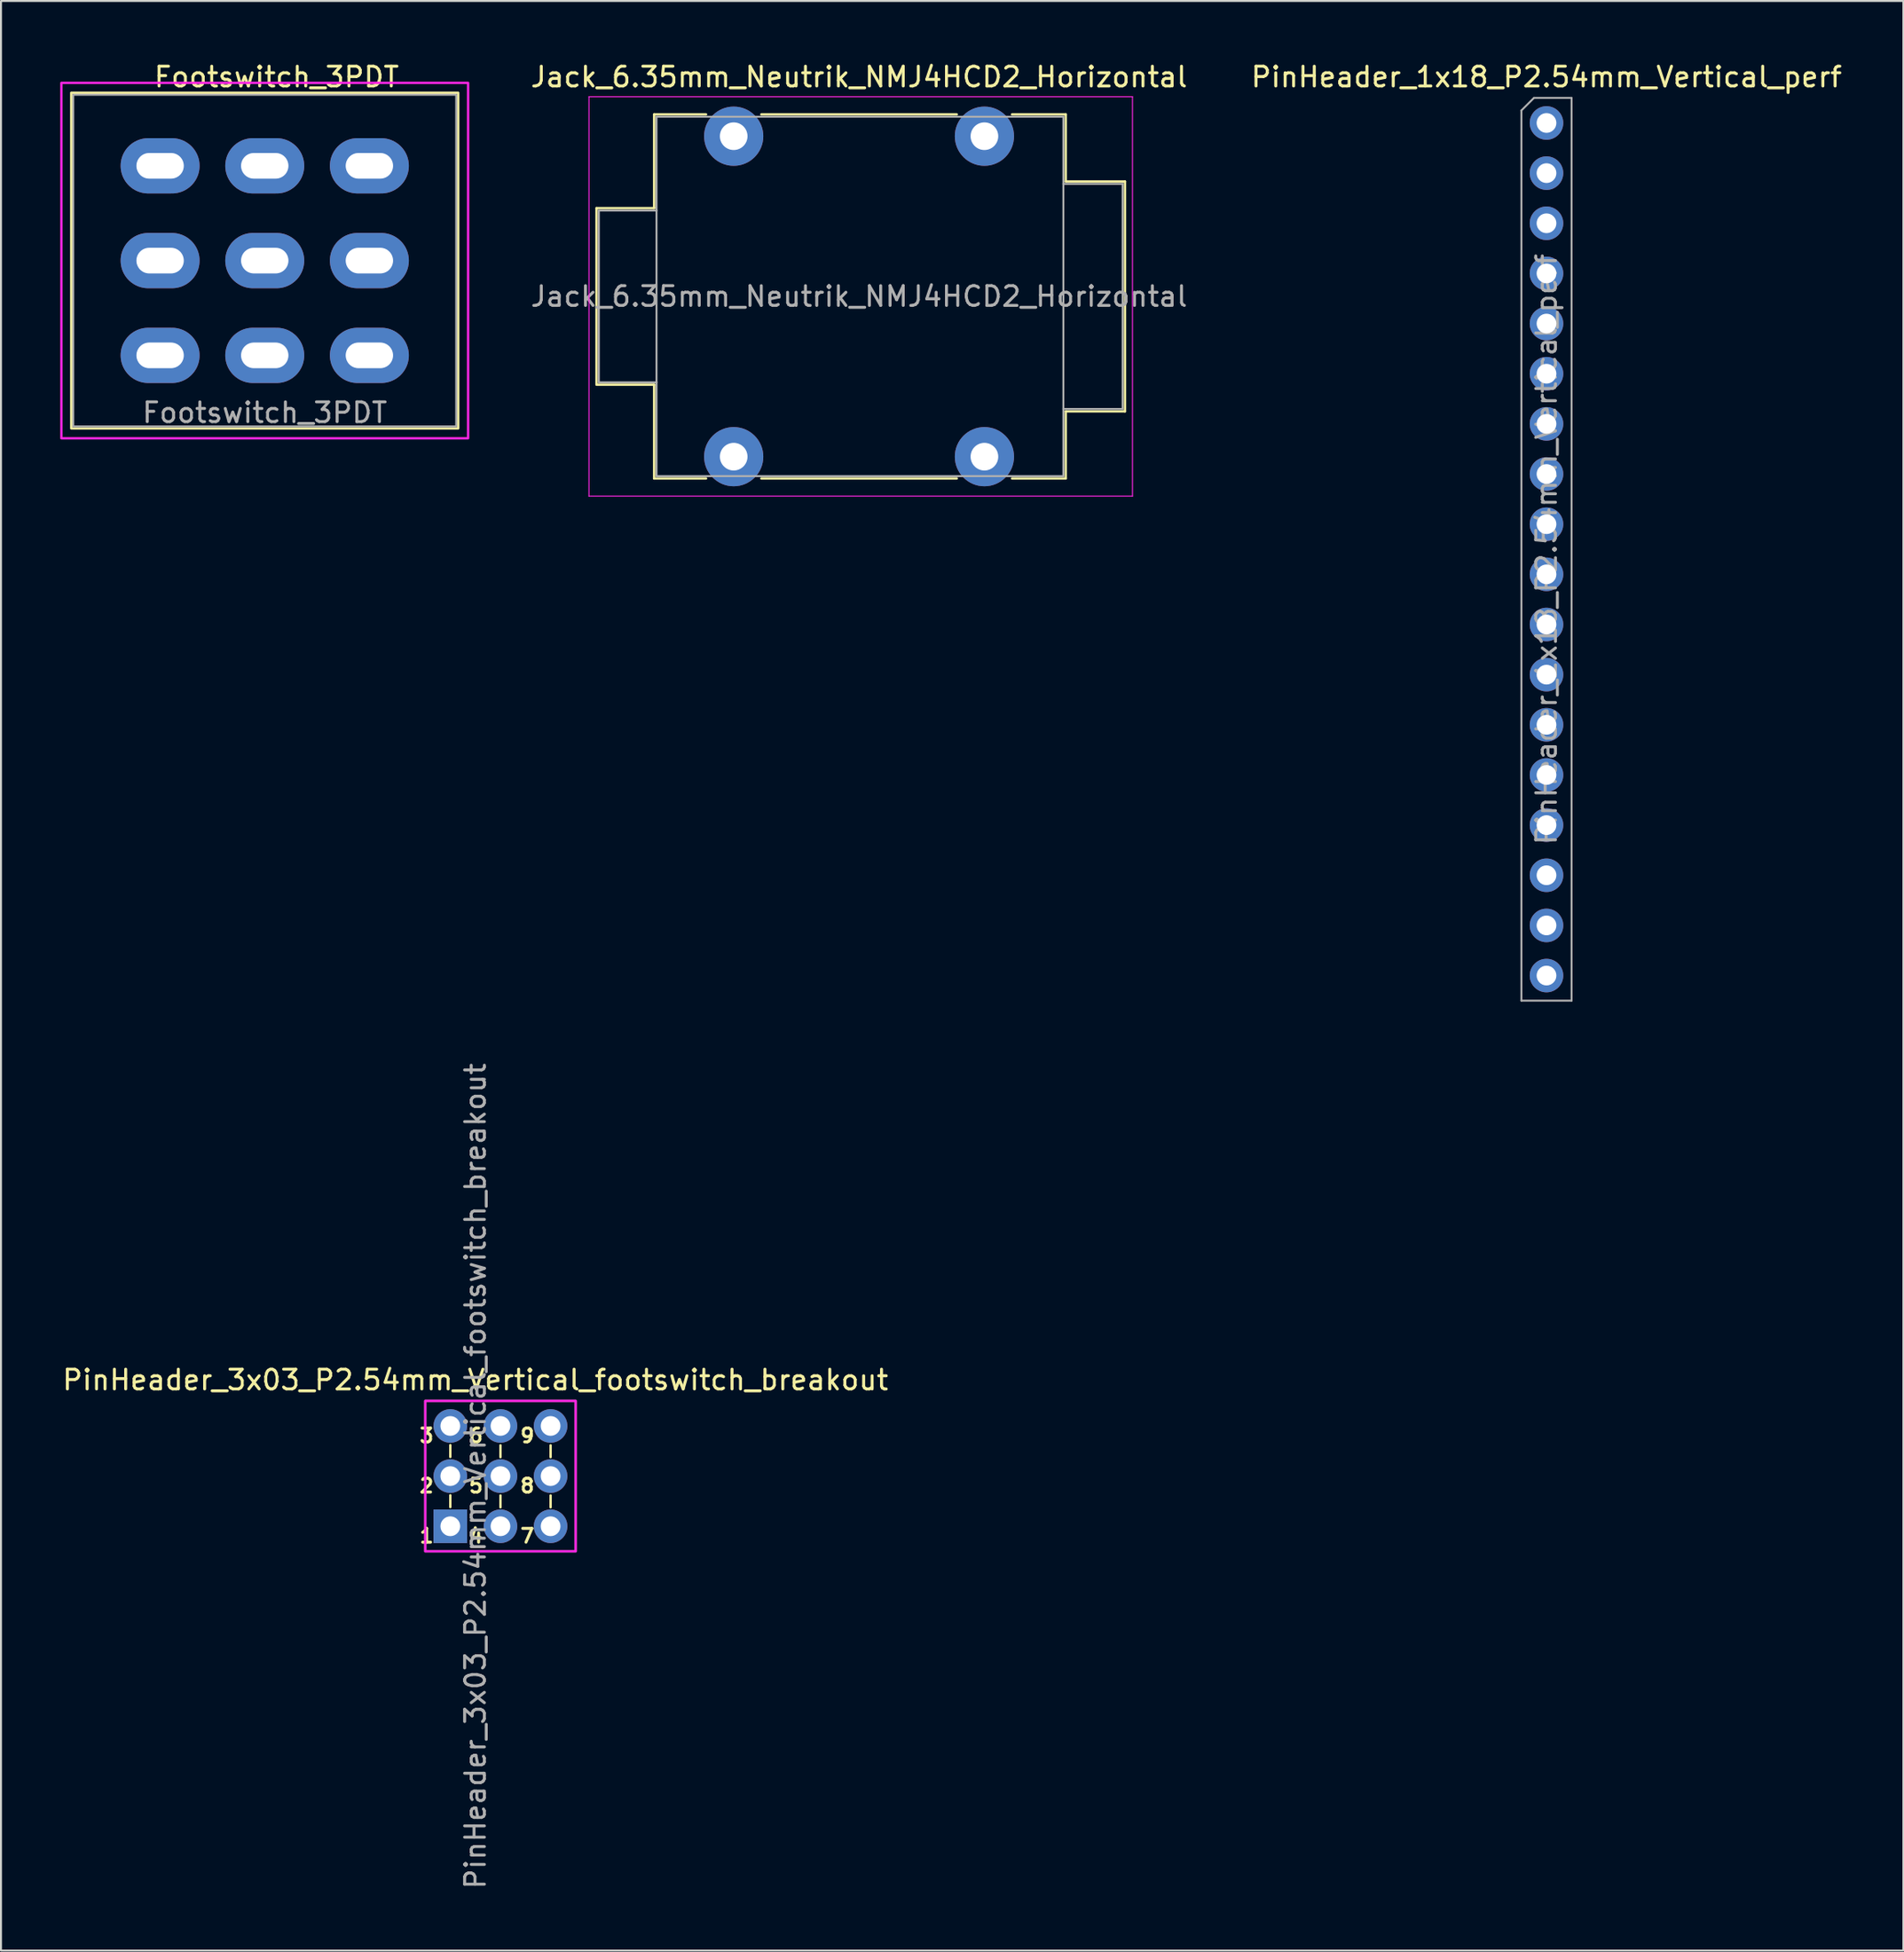
<source format=kicad_pcb>
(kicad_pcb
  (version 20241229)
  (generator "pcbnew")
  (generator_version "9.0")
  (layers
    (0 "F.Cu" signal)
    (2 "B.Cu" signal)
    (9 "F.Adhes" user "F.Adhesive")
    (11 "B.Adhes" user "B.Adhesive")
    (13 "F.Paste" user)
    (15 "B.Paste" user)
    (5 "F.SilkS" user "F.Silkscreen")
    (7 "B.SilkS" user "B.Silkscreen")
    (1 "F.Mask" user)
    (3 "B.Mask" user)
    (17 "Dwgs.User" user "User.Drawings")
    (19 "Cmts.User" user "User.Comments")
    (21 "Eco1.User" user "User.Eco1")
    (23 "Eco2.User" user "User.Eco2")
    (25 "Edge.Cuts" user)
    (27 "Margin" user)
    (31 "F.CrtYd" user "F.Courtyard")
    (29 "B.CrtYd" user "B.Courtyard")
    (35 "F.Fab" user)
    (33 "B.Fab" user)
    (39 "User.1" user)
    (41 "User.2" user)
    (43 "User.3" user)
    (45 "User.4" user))
  (footprint "PinHeader_3x03_P2.54mm_Vertical_footswitch_breakout"
    (layer "F.Cu")
    (at 19.76 69.168)
    (property "Reference" "PinHeader_3x03_P2.54mm_Vertical_footswitch_breakout" (at 1.27 -2.33 0) (layer "F.SilkS") (effects (font (size 1 1) (thickness 0.15))))
    (attr through_hole)
    (fp_line (start 0 1.57) (end 0 0.97) (stroke (width 0.12) (type default)) (layer "F.SilkS"))
    (fp_line (start 0 4.11) (end 0 3.51) (stroke (width 0.12) (type default)) (layer "F.SilkS"))
    (fp_line (start 2.54 1.58) (end 2.54 0.98) (stroke (width 0.12) (type default)) (layer "F.SilkS"))
    (fp_line (start 2.54 4.12) (end 2.54 3.52) (stroke (width 0.12) (type default)) (layer "F.SilkS"))
    (fp_line (start 5.08 1.58) (end 5.08 0.98) (stroke (width 0.12) (type default)) (layer "F.SilkS"))
    (fp_line (start 5.08 4.12) (end 5.08 3.52) (stroke (width 0.12) (type default)) (layer "F.SilkS"))
    (fp_rect (start -1.27 -1.27) (end 6.35 6.35) (stroke (width 0.12) (type default)) (fill no) (layer "F.CrtYd"))
    (fp_line (start -1.27 -1.27) (end 6.35 -1.27) (stroke (width 0.1) (type solid)) (layer "F.Fab"))
    (fp_line (start -1.27 6.35) (end -1.27 -1.27) (stroke (width 0.1) (type solid)) (layer "F.Fab"))
    (fp_line (start 6.35 -1.27) (end 6.35 6.35) (stroke (width 0.1) (type solid)) (layer "F.Fab"))
    (fp_line (start 6.35 6.35) (end -1.27 6.35) (stroke (width 0.1) (type solid)) (layer "F.Fab"))
    (fp_text user "2" (at -1.2 3.44 0) (unlocked yes) (layer "F.SilkS") (effects (font (size 0.7 0.7) (thickness 0.15)) (justify bottom)))
    (fp_text user "1" (at -1.2 5.98 0) (unlocked yes) (layer "F.SilkS") (effects (font (size 0.7 0.7) (thickness 0.15)) (justify bottom)))
    (fp_text user "6" (at 1.3 0.9 0) (unlocked yes) (layer "F.SilkS") (effects (font (size 0.7 0.7) (thickness 0.15)) (justify bottom)))
    (fp_text user "3" (at -1.2 0.9 0) (unlocked yes) (layer "F.SilkS") (effects (font (size 0.7 0.7) (thickness 0.15)) (justify bottom)))
    (fp_text user "7" (at 3.9 5.98 0) (unlocked yes) (layer "F.SilkS") (effects (font (size 0.7 0.7) (thickness 0.15)) (justify bottom)))
    (fp_text user "4" (at 1.3 5.98 0) (unlocked yes) (layer "F.SilkS") (effects (font (size 0.7 0.7) (thickness 0.15)) (justify bottom)))
    (fp_text user "9" (at 3.9 0.9 0) (unlocked yes) (layer "F.SilkS") (effects (font (size 0.7 0.7) (thickness 0.15)) (justify bottom)))
    (fp_text user "8" (at 3.9 3.44 0) (unlocked yes) (layer "F.SilkS") (effects (font (size 0.7 0.7) (thickness 0.15)) (justify bottom)))
    (fp_text user "5" (at 1.3 3.44 0) (unlocked yes) (layer "F.SilkS") (effects (font (size 0.7 0.7) (thickness 0.15)) (justify bottom)))
    (fp_text user "${REFERENCE}" (at 1.27 2.54 90) (layer "F.Fab") (effects (font (size 1 1) (thickness 0.15))))
    (pad "1" thru_hole rect (at 0 5.08) (size 1.7 1.7) (drill 1) (layers "*.Cu" "*.Mask"))
    (pad "2" thru_hole oval (at 0 2.54) (size 1.7 1.7) (drill 1) (layers "*.Cu" "*.Mask"))
    (pad "3" thru_hole oval (at 0 0) (size 1.7 1.7) (drill 1) (layers "*.Cu" "*.Mask"))
    (pad "4" thru_hole oval (at 2.54 5.08) (size 1.7 1.7) (drill 1) (layers "*.Cu" "*.Mask"))
    (pad "5" thru_hole oval (at 2.54 2.54) (size 1.7 1.7) (drill 1) (layers "*.Cu" "*.Mask"))
    (pad "6" thru_hole oval (at 2.54 0) (size 1.7 1.7) (drill 1) (layers "*.Cu" "*.Mask"))
    (pad "7" thru_hole oval (at 5.08 5.08) (size 1.7 1.7) (drill 1) (layers "*.Cu" "*.Mask"))
    (pad "8" thru_hole oval (at 5.08 2.54) (size 1.7 1.7) (drill 1) (layers "*.Cu" "*.Mask"))
    (pad "9" thru_hole oval (at 5.08 0) (size 1.7 1.7) (drill 1) (layers "*.Cu" "*.Mask")))
  (footprint "Jack_6.35mm_Neutrik_NMJ4HCD2_Horizontal"
    (layer "F.Cu")
    (at 34.114 3.848)
    (property "Reference" "Jack_6.35mm_Neutrik_NMJ4HCD2_Horizontal" (at 6.35 -3 0) (layer "F.SilkS") (effects (font (size 1 1) (thickness 0.15))))
    (attr through_hole)
    (fp_line (start -6.95 3.645) (end -4.03 3.645) (stroke (width 0.12) (type solid)) (layer "F.SilkS"))
    (fp_line (start -6.95 12.545) (end -6.95 3.645) (stroke (width 0.12) (type solid)) (layer "F.SilkS"))
    (fp_line (start -6.95 12.585) (end -4.03 12.585) (stroke (width 0.12) (type solid)) (layer "F.SilkS"))
    (fp_line (start -4.03 -1.105) (end -1.4 -1.105) (stroke (width 0.12) (type solid)) (layer "F.SilkS"))
    (fp_line (start -4.03 3.645) (end -4.03 -1.105) (stroke (width 0.12) (type solid)) (layer "F.SilkS"))
    (fp_line (start -4.03 17.335) (end -4.03 12.585) (stroke (width 0.12) (type solid)) (layer "F.SilkS"))
    (fp_line (start -1.4 17.335) (end -4.03 17.335) (stroke (width 0.12) (type solid)) (layer "F.SilkS"))
    (fp_line (start 1.4 -1.105) (end 11.3 -1.105) (stroke (width 0.12) (type solid)) (layer "F.SilkS"))
    (fp_line (start 11.3 17.335) (end 1.4 17.335) (stroke (width 0.12) (type solid)) (layer "F.SilkS"))
    (fp_line (start 16.82 -1.105) (end 14.1 -1.105) (stroke (width 0.12) (type solid)) (layer "F.SilkS"))
    (fp_line (start 16.82 2.295) (end 16.82 -1.105) (stroke (width 0.12) (type solid)) (layer "F.SilkS"))
    (fp_line (start 16.82 2.295) (end 19.82 2.295) (stroke (width 0.12) (type solid)) (layer "F.SilkS"))
    (fp_line (start 16.82 13.935) (end 19.82 13.935) (stroke (width 0.12) (type solid)) (layer "F.SilkS"))
    (fp_line (start 16.82 17.335) (end 14.1 17.335) (stroke (width 0.12) (type solid)) (layer "F.SilkS"))
    (fp_line (start 16.82 17.335) (end 16.82 13.935) (stroke (width 0.12) (type solid)) (layer "F.SilkS"))
    (fp_line (start 19.82 13.935) (end 19.82 2.295) (stroke (width 0.12) (type solid)) (layer "F.SilkS"))
    (fp_line (start -7.33 18.23) (end -7.33 -2) (stroke (width 0.05) (type solid)) (layer "F.CrtYd"))
    (fp_line (start -7.33 18.23) (end 20.2 18.23) (stroke (width 0.05) (type solid)) (layer "F.CrtYd"))
    (fp_line (start 20.2 -2) (end -7.33 -2) (stroke (width 0.05) (type solid)) (layer "F.CrtYd"))
    (fp_line (start 20.2 18.23) (end 20.2 -2) (stroke (width 0.05) (type solid)) (layer "F.CrtYd"))
    (fp_line (start -6.83 3.765) (end -3.91 3.765) (stroke (width 0.1) (type solid)) (layer "F.Fab"))
    (fp_line (start -6.83 12.465) (end -6.83 3.765) (stroke (width 0.1) (type solid)) (layer "F.Fab"))
    (fp_line (start -6.83 12.465) (end -3.91 12.465) (stroke (width 0.1) (type solid)) (layer "F.Fab"))
    (fp_line (start -3.91 17.215) (end -3.91 -0.985) (stroke (width 0.1) (type solid)) (layer "F.Fab"))
    (fp_line (start 16.7 -0.985) (end -3.91 -0.985) (stroke (width 0.1) (type solid)) (layer "F.Fab"))
    (fp_line (start 16.7 17.215) (end -3.91 17.215) (stroke (width 0.1) (type solid)) (layer "F.Fab"))
    (fp_line (start 16.7 17.215) (end 16.7 -0.985) (stroke (width 0.1) (type solid)) (layer "F.Fab"))
    (fp_line (start 19.7 2.415) (end 16.7 2.415) (stroke (width 0.1) (type solid)) (layer "F.Fab"))
    (fp_line (start 19.7 13.815) (end 16.7 13.815) (stroke (width 0.1) (type solid)) (layer "F.Fab"))
    (fp_line (start 19.7 13.815) (end 19.7 2.415) (stroke (width 0.1) (type solid)) (layer "F.Fab"))
    (fp_text user "${REFERENCE}" (at 6.35 8.115 0) (layer "F.Fab") (effects (font (size 1 1) (thickness 0.15))))
    (pad "S" thru_hole circle (at 12.7 0) (size 3 3) (drill 1.4) (layers "*.Cu" "*.Mask"))
    (pad "SN" thru_hole circle (at 12.7 16.23) (size 3 3) (drill 1.4) (layers "*.Cu" "*.Mask"))
    (pad "T" thru_hole circle (at 0 0) (size 3 3) (drill 1.4) (layers "*.Cu" "*.Mask"))
    (pad "TN" thru_hole circle (at 0 16.23) (size 3 3) (drill 1.4) (layers "*.Cu" "*.Mask")))
  (footprint "PinHeader_1x18_P2.54mm_Vertical_perf"
    (layer "F.Cu")
    (at 75.285 3.178)
    (property "Reference" "PinHeader_1x18_P2.54mm_Vertical_perf" (at 0 -2.33 0) (layer "F.SilkS") (effects (font (size 1 1) (thickness 0.15))))
    (attr through_hole)
    (fp_line (start -1.27 -0.635) (end -0.635 -1.27) (stroke (width 0.1) (type solid)) (layer "F.Fab"))
    (fp_line (start -1.27 44.45) (end -1.27 -0.635) (stroke (width 0.1) (type solid)) (layer "F.Fab"))
    (fp_line (start -0.635 -1.27) (end 1.27 -1.27) (stroke (width 0.1) (type solid)) (layer "F.Fab"))
    (fp_line (start 1.27 -1.27) (end 1.27 44.45) (stroke (width 0.1) (type solid)) (layer "F.Fab"))
    (fp_line (start 1.27 44.45) (end -1.27 44.45) (stroke (width 0.1) (type solid)) (layer "F.Fab"))
    (fp_text user "${REFERENCE}" (at 0 21.59 90) (layer "F.Fab") (effects (font (size 1 1) (thickness 0.15))))
    (pad "1" thru_hole circle (at 0 0) (size 1.7 1.7) (drill 1) (layers "*.Cu" "*.Mask"))
    (pad "2" thru_hole oval (at 0 2.54) (size 1.7 1.7) (drill 1) (layers "*.Cu" "*.Mask"))
    (pad "3" thru_hole oval (at 0 5.08) (size 1.7 1.7) (drill 1) (layers "*.Cu" "*.Mask"))
    (pad "4" thru_hole oval (at 0 7.62) (size 1.7 1.7) (drill 1) (layers "*.Cu" "*.Mask"))
    (pad "5" thru_hole oval (at 0 10.16) (size 1.7 1.7) (drill 1) (layers "*.Cu" "*.Mask"))
    (pad "6" thru_hole oval (at 0 12.7) (size 1.7 1.7) (drill 1) (layers "*.Cu" "*.Mask"))
    (pad "7" thru_hole oval (at 0 15.24) (size 1.7 1.7) (drill 1) (layers "*.Cu" "*.Mask"))
    (pad "8" thru_hole oval (at 0 17.78) (size 1.7 1.7) (drill 1) (layers "*.Cu" "*.Mask"))
    (pad "9" thru_hole oval (at 0 20.32) (size 1.7 1.7) (drill 1) (layers "*.Cu" "*.Mask"))
    (pad "10" thru_hole oval (at 0 22.86) (size 1.7 1.7) (drill 1) (layers "*.Cu" "*.Mask"))
    (pad "11" thru_hole oval (at 0 25.4) (size 1.7 1.7) (drill 1) (layers "*.Cu" "*.Mask"))
    (pad "12" thru_hole oval (at 0 27.94) (size 1.7 1.7) (drill 1) (layers "*.Cu" "*.Mask"))
    (pad "13" thru_hole oval (at 0 30.48) (size 1.7 1.7) (drill 1) (layers "*.Cu" "*.Mask"))
    (pad "14" thru_hole oval (at 0 33.02) (size 1.7 1.7) (drill 1) (layers "*.Cu" "*.Mask"))
    (pad "15" thru_hole oval (at 0 35.56) (size 1.7 1.7) (drill 1) (layers "*.Cu" "*.Mask"))
    (pad "16" thru_hole oval (at 0 38.1) (size 1.7 1.7) (drill 1) (layers "*.Cu" "*.Mask"))
    (pad "17" thru_hole oval (at 0 40.64) (size 1.7 1.7) (drill 1) (layers "*.Cu" "*.Mask"))
    (pad "18" thru_hole oval (at 0 43.18) (size 1.7 1.7) (drill 1) (layers "*.Cu" "*.Mask")))
  (footprint "Footswitch_3PDT"
    (layer "F.Cu")
    (at 5.06 5.348)
    (property "Reference" "Footswitch_3PDT" (at 5.9 -4.5 0) (layer "F.SilkS") (effects (font (size 1 1) (thickness 0.15))))
    (attr through_hole)
    (fp_rect (start -4.5 -3.7) (end 15.1 13.3) (stroke (width 0.12) (type default)) (fill no) (layer "F.SilkS"))
    (fp_rect (start -5 -4.2) (end 15.6 13.8) (stroke (width 0.12) (type default)) (fill no) (layer "F.CrtYd"))
    (fp_rect (start -4.4 -3.6) (end 15 13.2) (stroke (width 0.1) (type default)) (fill no) (layer "F.Fab"))
    (fp_text user "${REFERENCE}" (at 5.3 12.5 0) (layer "F.Fab") (effects (font (size 1 1) (thickness 0.15))))
    (pad "1" thru_hole oval (at 0 9.6) (size 4 2.8) (drill oval 2.4 1.3) (layers "*.Cu" "*.Mask"))
    (pad "2" thru_hole oval (at 0 4.8) (size 4 2.8) (drill oval 2.4 1.3) (layers "*.Cu" "*.Mask"))
    (pad "3" thru_hole oval (at 0 0) (size 4 2.8) (drill oval 2.4 1.3) (layers "*.Cu" "*.Mask"))
    (pad "4" thru_hole oval (at 5.3 9.6) (size 4 2.8) (drill oval 2.4 1.3) (layers "*.Cu" "*.Mask"))
    (pad "5" thru_hole oval (at 5.3 4.8) (size 4 2.8) (drill oval 2.4 1.3) (layers "*.Cu" "*.Mask"))
    (pad "6" thru_hole oval (at 5.3 0) (size 4 2.8) (drill oval 2.4 1.3) (layers "*.Cu" "*.Mask"))
    (pad "7" thru_hole oval (at 10.6 9.6) (size 4 2.8) (drill oval 2.4 1.3) (layers "*.Cu" "*.Mask"))
    (pad "8" thru_hole oval (at 10.6 4.8) (size 4 2.8) (drill oval 2.4 1.3) (layers "*.Cu" "*.Mask"))
    (pad "9" thru_hole oval (at 10.6 0) (size 4 2.8) (drill oval 2.4 1.3) (layers "*.Cu" "*.Mask")))
  (gr_rect
    (start -3 -3)
    (end 93.363 95.738)
    (stroke (width 0.1) (type default))
    (fill no)
    (layer "Edge.Cuts")))
</source>
